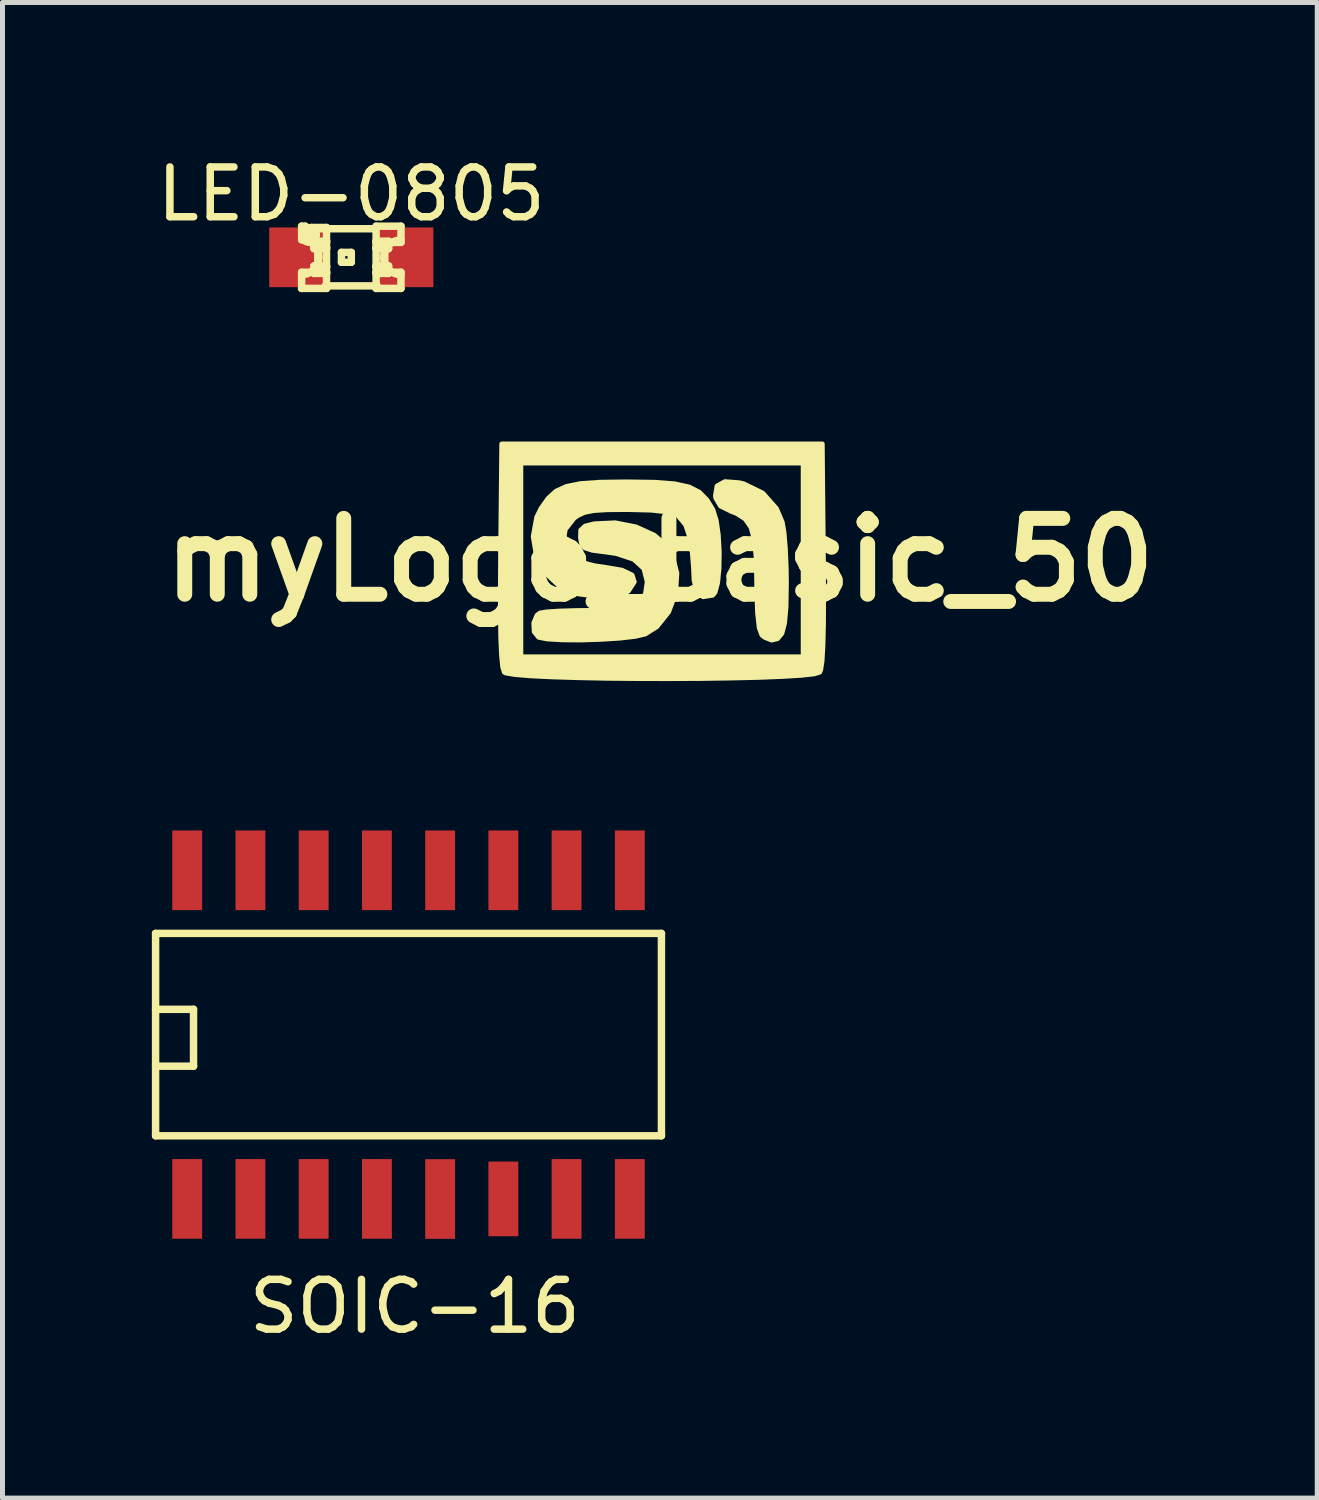
<source format=kicad_pcb>
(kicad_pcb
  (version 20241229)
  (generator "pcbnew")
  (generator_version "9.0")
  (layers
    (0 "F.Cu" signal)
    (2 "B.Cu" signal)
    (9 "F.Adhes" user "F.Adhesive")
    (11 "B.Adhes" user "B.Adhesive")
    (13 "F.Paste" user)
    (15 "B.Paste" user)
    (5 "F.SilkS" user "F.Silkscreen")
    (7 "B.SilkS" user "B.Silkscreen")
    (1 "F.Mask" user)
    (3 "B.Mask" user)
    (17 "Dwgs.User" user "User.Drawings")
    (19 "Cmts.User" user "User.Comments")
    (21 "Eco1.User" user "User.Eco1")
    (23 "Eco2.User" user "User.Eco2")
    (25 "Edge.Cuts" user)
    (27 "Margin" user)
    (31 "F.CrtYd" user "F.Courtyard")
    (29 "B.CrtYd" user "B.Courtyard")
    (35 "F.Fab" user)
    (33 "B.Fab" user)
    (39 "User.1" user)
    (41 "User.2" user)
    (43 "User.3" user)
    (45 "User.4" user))
  (footprint "myLogo_basic_50"
    (layer "F.Cu")
    (at 10.204 8.196)
    (property "Reference" "myLogo_basic_50" (at 0 0 0) (layer "F.SilkS") (effects (font (size 1.524 1.524) (thickness 0.3))))
    (attr through_hole)
    (fp_poly (pts (xy 2.54 0.469) (xy 2.532 0.943) (xy 2.503 1.271) (xy 2.449 1.476) (xy 2.361 1.581) (xy 2.244 1.609) (xy 2.107 1.554) (xy 2.049 1.507) (xy 1.996 1.362) (xy 1.962 1.055) (xy 1.947 0.591) (xy 1.946 0.47) (xy 1.936 -0.037) (xy 1.901 -0.403) (xy 1.831 -0.656) (xy 1.716 -0.823) (xy 1.548 -0.932) (xy 1.439 -0.974) (xy 1.219 -1.083) (xy 1.125 -1.241) (xy 1.117 -1.287) (xy 1.149 -1.484) (xy 1.307 -1.571) (xy 1.593 -1.549) (xy 1.687 -1.526) (xy 2.065 -1.341) (xy 2.34 -1.031) (xy 2.457 -0.755) (xy 2.492 -0.551) (xy 2.519 -0.227) (xy 2.536 0.166) (xy 2.54 0.469)) (stroke (width 0.1) (type solid)) (fill yes) (layer "F.SilkS"))
    (fp_poly (pts (xy 0.34 0.267) (xy 0.314 0.672) (xy 0.174 1.045) (xy -0.063 1.341) (xy -0.295 1.487) (xy -0.491 1.533) (xy -0.804 1.57) (xy -1.185 1.594) (xy -1.587 1.607) (xy -1.962 1.604) (xy -2.262 1.586) (xy -2.434 1.553) (xy -2.523 1.441) (xy -2.532 1.266) (xy -2.466 1.111) (xy -2.406 1.067) (xy -2.267 1.045) (xy -2.003 1.028) (xy -1.658 1.018) (xy -1.432 1.016) (xy -0.951 1) (xy -0.614 0.946) (xy -0.401 0.843) (xy -0.288 0.68) (xy -0.254 0.446) (xy -0.254 0.436) (xy -0.32 0.172) (xy -0.525 -0.014) (xy -0.876 -0.13) (xy -1.077 -0.159) (xy -1.354 -0.195) (xy -1.504 -0.243) (xy -1.571 -0.327) (xy -1.593 -0.44) (xy -1.589 -0.596) (xy -1.502 -0.678) (xy -1.317 -0.724) (xy -0.897 -0.744) (xy -0.481 -0.662) (xy -0.115 -0.496) (xy 0.154 -0.263) (xy 0.239 -0.125) (xy 0.34 0.267)) (stroke (width 0.1) (type solid)) (fill yes) (layer "F.SilkS"))
    (fp_poly (pts (xy 3.287 0.666) (xy 3.285 1.267) (xy 3.274 1.718) (xy 3.256 2.028) (xy 3.229 2.206) (xy 3.208 2.254) (xy 3.098 2.288) (xy 2.879 2.312) (xy 2.879 1.947) (xy 2.879 0) (xy 2.879 -1.947) (xy 0.042 -1.947) (xy -2.794 -1.947) (xy -2.794 0) (xy -2.794 1.947) (xy 0.042 1.947) (xy 2.879 1.947) (xy 2.879 2.312) (xy 2.842 2.316) (xy 2.463 2.339) (xy 1.986 2.358) (xy 1.432 2.371) (xy 0.827 2.38) (xy 0.192 2.383) (xy -0.448 2.382) (xy -1.07 2.376) (xy -1.651 2.364) (xy -2.166 2.348) (xy -2.594 2.327) (xy -2.911 2.301) (xy -3.092 2.271) (xy -3.124 2.254) (xy -3.156 2.151) (xy -3.179 1.922) (xy -3.195 1.557) (xy -3.202 1.048) (xy -3.201 0.385) (xy -3.198 -0.095) (xy -3.175 -2.328) (xy 0.042 -2.328) (xy 3.26 -2.328) (xy 3.282 -0.095) (xy 3.287 0.666)) (stroke (width 0.1) (type solid)) (fill yes) (layer "F.SilkS"))
    (fp_poly (pts (xy 1.191 -0.163) (xy 1.186 0.172) (xy 1.158 0.458) (xy 1.106 0.652) (xy 1.058 0.708) (xy 0.867 0.738) (xy 0.747 0.644) (xy 0.688 0.409) (xy 0.677 0.166) (xy 0.638 -0.343) (xy 0.519 -0.705) (xy 0.357 -0.901) (xy 0.175 -0.963) (xy -0.172 -1.001) (xy -0.645 -1.013) (xy -1.051 -1.01) (xy -1.327 -0.993) (xy -1.514 -0.956) (xy -1.65 -0.893) (xy -1.724 -0.841) (xy -1.902 -0.614) (xy -1.942 -0.353) (xy -1.843 -0.11) (xy -1.787 -0.05) (xy -1.601 0.046) (xy -1.308 0.12) (xy -1.131 0.145) (xy -0.763 0.207) (xy -0.559 0.305) (xy -0.516 0.441) (xy -0.63 0.618) (xy -0.641 0.629) (xy -0.838 0.727) (xy -1.161 0.745) (xy -1.621 0.683) (xy -1.637 0.68) (xy -2.009 0.53) (xy -2.294 0.263) (xy -2.478 -0.082) (xy -2.543 -0.468) (xy -2.473 -0.857) (xy -2.384 -1.037) (xy -2.243 -1.236) (xy -2.085 -1.379) (xy -1.879 -1.474) (xy -1.597 -1.531) (xy -1.207 -1.559) (xy -0.68 -1.566) (xy -0.643 -1.566) (xy -0.104 -1.558) (xy 0.296 -1.527) (xy 0.584 -1.464) (xy 0.79 -1.36) (xy 0.944 -1.204) (xy 1.063 -1.008) (xy 1.129 -0.798) (xy 1.172 -0.501) (xy 1.191 -0.163)) (stroke (width 0.1) (type solid)) (fill yes) (layer "F.SilkS")))
  (footprint "SOIC-16"
    (layer "F.Cu")
    (at 5.282 17.73)
    (property "Reference" "SOIC-16" (at 0 5.461 0) (layer "F.SilkS") (effects (font (size 1 1) (thickness 0.15))))
    (attr through_hole)
    (fp_line (start -5.207 -2.032) (end 4.953 -2.032) (stroke (width 0.15) (type solid)) (layer "F.SilkS"))
    (fp_line (start -5.207 -0.508) (end -4.445 -0.508) (stroke (width 0.15) (type solid)) (layer "F.SilkS"))
    (fp_line (start -5.207 2.032) (end -5.207 -2.032) (stroke (width 0.15) (type solid)) (layer "F.SilkS"))
    (fp_line (start -4.445 -0.508) (end -4.445 0.635) (stroke (width 0.15) (type solid)) (layer "F.SilkS"))
    (fp_line (start -4.445 0.635) (end -5.207 0.635) (stroke (width 0.15) (type solid)) (layer "F.SilkS"))
    (fp_line (start 4.953 -2.032) (end 4.953 2.032) (stroke (width 0.15) (type solid)) (layer "F.SilkS"))
    (fp_line (start 4.953 2.032) (end -5.207 2.032) (stroke (width 0.15) (type solid)) (layer "F.SilkS"))
    (pad "1" smd rect (at -4.572 3.3) (size 0.6 1.6) (layers "F.Cu" "F.Mask" "F.Paste"))
    (pad "2" smd rect (at -3.302 3.3) (size 0.6 1.6) (layers "F.Cu" "F.Mask" "F.Paste"))
    (pad "3" smd rect (at -2.032 3.3) (size 0.6 1.6) (layers "F.Cu" "F.Mask" "F.Paste"))
    (pad "4" smd rect (at -0.762 3.3) (size 0.6 1.6) (layers "F.Cu" "F.Mask" "F.Paste"))
    (pad "5" smd rect (at 0.508 3.302) (size 0.6 1.6) (layers "F.Cu" "F.Mask" "F.Paste"))
    (pad "6" smd rect (at 1.778 3.3) (size 0.6 1.5) (layers "F.Cu" "F.Mask" "F.Paste"))
    (pad "7" smd rect (at 3.048 3.3) (size 0.6 1.6) (layers "F.Cu" "F.Mask" "F.Paste"))
    (pad "8" smd rect (at 4.318 3.3) (size 0.6 1.6) (layers "F.Cu" "F.Mask" "F.Paste"))
    (pad "9" smd rect (at 4.318 -3.3) (size 0.6 1.6) (layers "F.Cu" "F.Mask" "F.Paste"))
    (pad "10" smd rect (at 3.048 -3.3) (size 0.6 1.6) (layers "F.Cu" "F.Mask" "F.Paste"))
    (pad "11" smd rect (at 1.778 -3.3) (size 0.6 1.6) (layers "F.Cu" "F.Mask" "F.Paste"))
    (pad "12" smd rect (at 0.508 -3.3) (size 0.6 1.6) (layers "F.Cu" "F.Mask" "F.Paste"))
    (pad "13" smd rect (at -0.762 -3.3) (size 0.6 1.6) (layers "F.Cu" "F.Mask" "F.Paste"))
    (pad "14" smd rect (at -2.032 -3.3) (size 0.6 1.6) (layers "F.Cu" "F.Mask" "F.Paste"))
    (pad "15" smd rect (at -3.302 -3.3) (size 0.6 1.6) (layers "F.Cu" "F.Mask" "F.Paste"))
    (pad "16" smd rect (at -4.572 -3.3) (size 0.6 1.6) (layers "F.Cu" "F.Mask" "F.Paste")))
  (footprint "LED-0805"
    (layer "F.Cu")
    (at 4.006 2.118)
    (property "Reference" "LED-0805" (at 0 -1.27 0) (layer "F.SilkS") (effects (font (size 1 1) (thickness 0.15))))
    (attr smd)
    (fp_line (start -0.998 -0.625) (end -0.998 -0.399) (stroke (width 0.15) (type solid)) (layer "F.SilkS"))
    (fp_line (start -0.998 0.3) (end -0.998 0.625) (stroke (width 0.15) (type solid)) (layer "F.SilkS"))
    (fp_line (start -0.925 -0.625) (end -0.998 -0.625) (stroke (width 0.15) (type solid)) (layer "F.SilkS"))
    (fp_line (start -0.925 -0.625) (end -0.925 -0.399) (stroke (width 0.15) (type solid)) (layer "F.SilkS"))
    (fp_line (start -0.925 -0.399) (end -0.998 -0.399) (stroke (width 0.15) (type solid)) (layer "F.SilkS"))
    (fp_line (start -0.798 -0.599) (end -0.798 -0.3) (stroke (width 0.15) (type solid)) (layer "F.SilkS"))
    (fp_line (start -0.749 -0.323) (end -0.749 -0.173) (stroke (width 0.15) (type solid)) (layer "F.SilkS"))
    (fp_line (start -0.749 0.173) (end -0.749 0.323) (stroke (width 0.15) (type solid)) (layer "F.SilkS"))
    (fp_line (start -0.673 -0.198) (end -0.673 0.198) (stroke (width 0.15) (type solid)) (layer "F.SilkS"))
    (fp_line (start -0.523 0.574) (end 0.523 0.574) (stroke (width 0.15) (type solid)) (layer "F.SilkS"))
    (fp_line (start -0.498 -0.599) (end -0.798 -0.599) (stroke (width 0.15) (type solid)) (layer "F.SilkS"))
    (fp_line (start -0.498 -0.599) (end -0.498 -0.3) (stroke (width 0.15) (type solid)) (layer "F.SilkS"))
    (fp_line (start -0.498 -0.323) (end -0.749 -0.323) (stroke (width 0.15) (type solid)) (layer "F.SilkS"))
    (fp_line (start -0.498 -0.323) (end -0.498 -0.173) (stroke (width 0.15) (type solid)) (layer "F.SilkS"))
    (fp_line (start -0.498 -0.3) (end -0.798 -0.3) (stroke (width 0.15) (type solid)) (layer "F.SilkS"))
    (fp_line (start -0.498 -0.198) (end -0.673 -0.198) (stroke (width 0.15) (type solid)) (layer "F.SilkS"))
    (fp_line (start -0.498 -0.198) (end -0.498 0.198) (stroke (width 0.15) (type solid)) (layer "F.SilkS"))
    (fp_line (start -0.498 -0.173) (end -0.749 -0.173) (stroke (width 0.15) (type solid)) (layer "F.SilkS"))
    (fp_line (start -0.498 0.173) (end -0.749 0.173) (stroke (width 0.15) (type solid)) (layer "F.SilkS"))
    (fp_line (start -0.498 0.173) (end -0.498 0.323) (stroke (width 0.15) (type solid)) (layer "F.SilkS"))
    (fp_line (start -0.498 0.198) (end -0.673 0.198) (stroke (width 0.15) (type solid)) (layer "F.SilkS"))
    (fp_line (start -0.498 0.3) (end -0.998 0.3) (stroke (width 0.15) (type solid)) (layer "F.SilkS"))
    (fp_line (start -0.498 0.3) (end -0.498 0.625) (stroke (width 0.15) (type solid)) (layer "F.SilkS"))
    (fp_line (start -0.498 0.323) (end -0.749 0.323) (stroke (width 0.15) (type solid)) (layer "F.SilkS"))
    (fp_line (start -0.498 0.625) (end -0.998 0.625) (stroke (width 0.15) (type solid)) (layer "F.SilkS"))
    (fp_line (start -0.198 -0.099) (end -0.198 0.099) (stroke (width 0.15) (type solid)) (layer "F.SilkS"))
    (fp_line (start 0 -0.099) (end -0.198 -0.099) (stroke (width 0.15) (type solid)) (layer "F.SilkS"))
    (fp_line (start 0 -0.099) (end 0 0.099) (stroke (width 0.15) (type solid)) (layer "F.SilkS"))
    (fp_line (start 0 0.099) (end -0.198 0.099) (stroke (width 0.15) (type solid)) (layer "F.SilkS"))
    (fp_line (start 0.498 -0.625) (end 0.498 -0.3) (stroke (width 0.15) (type solid)) (layer "F.SilkS"))
    (fp_line (start 0.498 -0.574) (end -0.925 -0.574) (stroke (width 0.15) (type solid)) (layer "F.SilkS"))
    (fp_line (start 0.498 -0.323) (end 0.498 -0.173) (stroke (width 0.15) (type solid)) (layer "F.SilkS"))
    (fp_line (start 0.498 -0.198) (end 0.498 0.198) (stroke (width 0.15) (type solid)) (layer "F.SilkS"))
    (fp_line (start 0.498 0.173) (end 0.498 0.323) (stroke (width 0.15) (type solid)) (layer "F.SilkS"))
    (fp_line (start 0.498 0.3) (end 0.498 0.625) (stroke (width 0.15) (type solid)) (layer "F.SilkS"))
    (fp_line (start 0.673 -0.198) (end 0.498 -0.198) (stroke (width 0.15) (type solid)) (layer "F.SilkS"))
    (fp_line (start 0.673 -0.198) (end 0.673 0.198) (stroke (width 0.15) (type solid)) (layer "F.SilkS"))
    (fp_line (start 0.673 0.198) (end 0.498 0.198) (stroke (width 0.15) (type solid)) (layer "F.SilkS"))
    (fp_line (start 0.749 -0.323) (end 0.498 -0.323) (stroke (width 0.15) (type solid)) (layer "F.SilkS"))
    (fp_line (start 0.749 -0.323) (end 0.749 -0.173) (stroke (width 0.15) (type solid)) (layer "F.SilkS"))
    (fp_line (start 0.749 -0.173) (end 0.498 -0.173) (stroke (width 0.15) (type solid)) (layer "F.SilkS"))
    (fp_line (start 0.749 0.173) (end 0.498 0.173) (stroke (width 0.15) (type solid)) (layer "F.SilkS"))
    (fp_line (start 0.749 0.173) (end 0.749 0.323) (stroke (width 0.15) (type solid)) (layer "F.SilkS"))
    (fp_line (start 0.749 0.323) (end 0.498 0.323) (stroke (width 0.15) (type solid)) (layer "F.SilkS"))
    (fp_line (start 0.998 -0.625) (end 0.498 -0.625) (stroke (width 0.15) (type solid)) (layer "F.SilkS"))
    (fp_line (start 0.998 -0.625) (end 0.998 -0.3) (stroke (width 0.15) (type solid)) (layer "F.SilkS"))
    (fp_line (start 0.998 -0.3) (end 0.498 -0.3) (stroke (width 0.15) (type solid)) (layer "F.SilkS"))
    (fp_line (start 0.998 0.3) (end 0.498 0.3) (stroke (width 0.15) (type solid)) (layer "F.SilkS"))
    (fp_line (start 0.998 0.3) (end 0.998 0.625) (stroke (width 0.15) (type solid)) (layer "F.SilkS"))
    (fp_line (start 0.998 0.625) (end 0.498 0.625) (stroke (width 0.15) (type solid)) (layer "F.SilkS"))
    (fp_arc (start -0.99822 -0.34798) (mid -0.65024 0) (end -0.99822 0.34798) (stroke (width 0.15) (type solid)) (layer "F.SilkS"))
    (fp_arc (start 0.99822 0.34798) (mid 0.65024 0) (end 0.99822 -0.34798) (stroke (width 0.15) (type solid)) (layer "F.SilkS"))
    (fp_circle (center -0.848 -0.45) (end -0.899 -0.5) (stroke (width 0.15) (type solid)) (fill no) (layer "F.SilkS"))
    (pad "1" smd rect (at -1.049 0 180) (size 1.199 1.199) (layers "F.Cu" "F.Mask" "F.Paste"))
    (pad "2" smd rect (at 1.049 0 180) (size 1.199 1.199) (layers "F.Cu" "F.Mask" "F.Paste")))
  (gr_rect
    (start -3 -3)
    (end 23.407 27.039)
    (stroke (width 0.1) (type default))
    (fill no)
    (layer "Edge.Cuts")))
</source>
